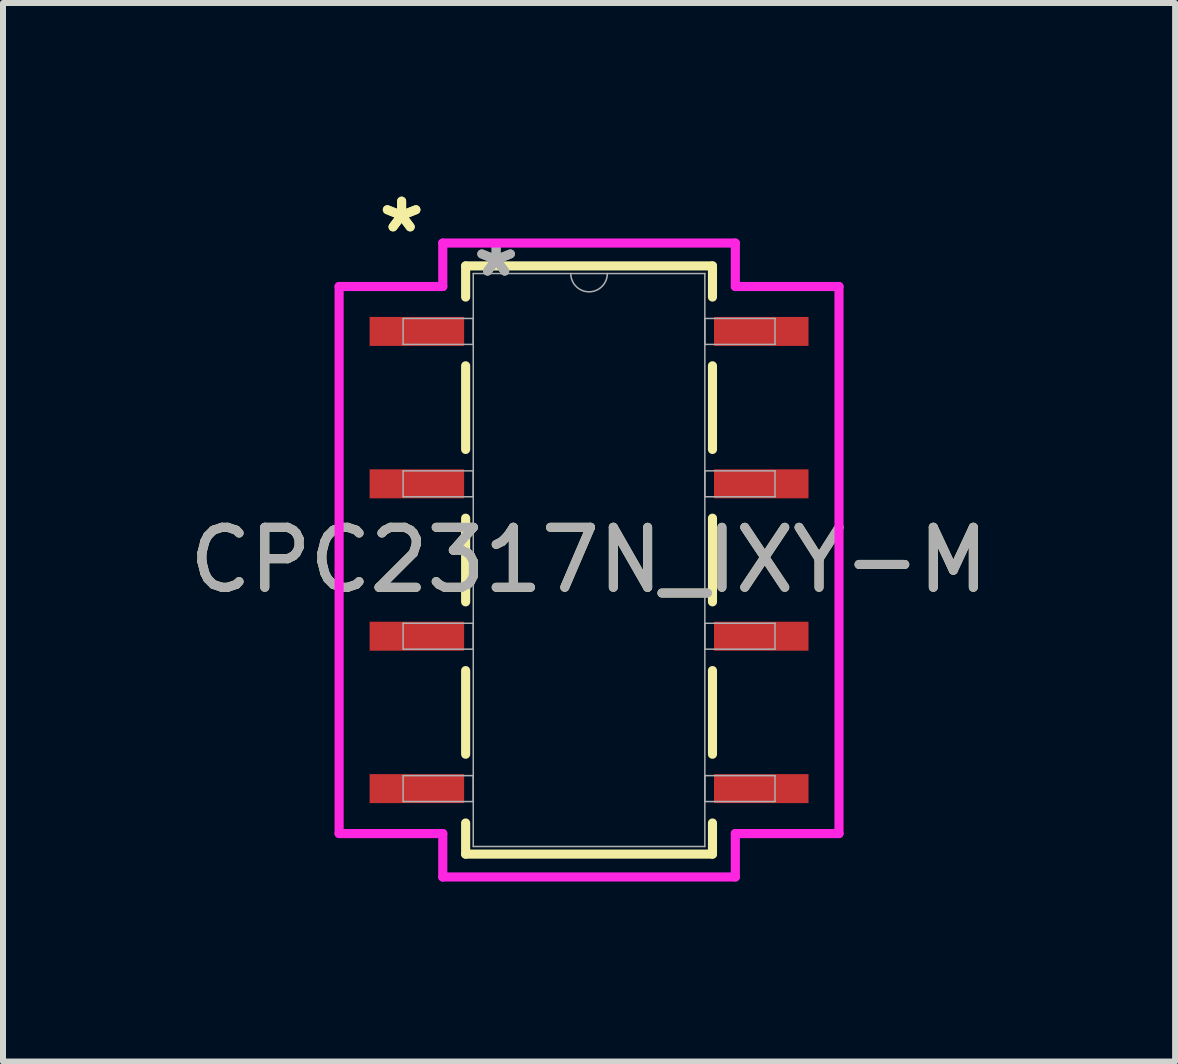
<source format=kicad_pcb>
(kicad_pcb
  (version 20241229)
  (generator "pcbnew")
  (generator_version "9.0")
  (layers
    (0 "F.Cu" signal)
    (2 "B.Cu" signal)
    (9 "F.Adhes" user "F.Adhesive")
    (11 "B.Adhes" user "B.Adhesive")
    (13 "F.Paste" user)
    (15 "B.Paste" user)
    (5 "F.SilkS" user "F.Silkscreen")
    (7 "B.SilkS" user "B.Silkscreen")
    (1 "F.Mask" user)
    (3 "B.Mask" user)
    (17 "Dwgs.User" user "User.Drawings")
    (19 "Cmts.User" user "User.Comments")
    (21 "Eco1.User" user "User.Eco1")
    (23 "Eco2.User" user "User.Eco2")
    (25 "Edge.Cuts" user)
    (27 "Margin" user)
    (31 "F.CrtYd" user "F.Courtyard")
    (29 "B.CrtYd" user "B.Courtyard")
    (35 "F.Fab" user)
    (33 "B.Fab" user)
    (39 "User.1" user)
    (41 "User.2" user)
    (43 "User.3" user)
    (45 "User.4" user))
  (footprint "CPC2317N_IXY-M"
    (layer "F.Cu")
    (at 6.768 6.284)
    (property "Reference" "CPC2317N_IXY-M" (at 0 0 0) (unlocked yes) (layer "F.SilkS") (effects (font (size 1 1) (thickness 0.15))))
    (attr smd)
    (fp_line (start -2.057 -4.902) (end -2.057 -4.383) (stroke (width 0.152) (type solid)) (layer "F.SilkS"))
    (fp_line (start -2.057 -3.237) (end -2.057 -1.843) (stroke (width 0.152) (type solid)) (layer "F.SilkS"))
    (fp_line (start -2.057 -0.697) (end -2.057 0.697) (stroke (width 0.152) (type solid)) (layer "F.SilkS"))
    (fp_line (start -2.057 1.843) (end -2.057 3.237) (stroke (width 0.152) (type solid)) (layer "F.SilkS"))
    (fp_line (start -2.057 4.383) (end -2.057 4.902) (stroke (width 0.152) (type solid)) (layer "F.SilkS"))
    (fp_line (start -2.057 4.902) (end 2.057 4.902) (stroke (width 0.152) (type solid)) (layer "F.SilkS"))
    (fp_line (start 2.057 -4.902) (end -2.057 -4.902) (stroke (width 0.152) (type solid)) (layer "F.SilkS"))
    (fp_line (start 2.057 -4.383) (end 2.057 -4.902) (stroke (width 0.152) (type solid)) (layer "F.SilkS"))
    (fp_line (start 2.057 -1.843) (end 2.057 -3.237) (stroke (width 0.152) (type solid)) (layer "F.SilkS"))
    (fp_line (start 2.057 0.697) (end 2.057 -0.697) (stroke (width 0.152) (type solid)) (layer "F.SilkS"))
    (fp_line (start 2.057 3.237) (end 2.057 1.843) (stroke (width 0.152) (type solid)) (layer "F.SilkS"))
    (fp_line (start 2.057 4.902) (end 2.057 4.383) (stroke (width 0.152) (type solid)) (layer "F.SilkS"))
    (fp_line (start -4.166 -4.559) (end -2.438 -4.559) (stroke (width 0.152) (type solid)) (layer "F.CrtYd"))
    (fp_line (start -4.166 4.559) (end -4.166 -4.559) (stroke (width 0.152) (type solid)) (layer "F.CrtYd"))
    (fp_line (start -4.166 4.559) (end -2.438 4.559) (stroke (width 0.152) (type solid)) (layer "F.CrtYd"))
    (fp_line (start -2.438 -5.283) (end 2.438 -5.283) (stroke (width 0.152) (type solid)) (layer "F.CrtYd"))
    (fp_line (start -2.438 -4.559) (end -2.438 -5.283) (stroke (width 0.152) (type solid)) (layer "F.CrtYd"))
    (fp_line (start -2.438 5.283) (end -2.438 4.559) (stroke (width 0.152) (type solid)) (layer "F.CrtYd"))
    (fp_line (start 2.438 -5.283) (end 2.438 -4.559) (stroke (width 0.152) (type solid)) (layer "F.CrtYd"))
    (fp_line (start 2.438 4.559) (end 2.438 5.283) (stroke (width 0.152) (type solid)) (layer "F.CrtYd"))
    (fp_line (start 2.438 5.283) (end -2.438 5.283) (stroke (width 0.152) (type solid)) (layer "F.CrtYd"))
    (fp_line (start 4.166 -4.559) (end 2.438 -4.559) (stroke (width 0.152) (type solid)) (layer "F.CrtYd"))
    (fp_line (start 4.166 -4.559) (end 4.166 4.559) (stroke (width 0.152) (type solid)) (layer "F.CrtYd"))
    (fp_line (start 4.166 4.559) (end 2.438 4.559) (stroke (width 0.152) (type solid)) (layer "F.CrtYd"))
    (fp_line (start -3.099 -4.026) (end -3.099 -3.594) (stroke (width 0.025) (type solid)) (layer "F.Fab"))
    (fp_line (start -3.099 -3.594) (end -1.93 -3.594) (stroke (width 0.025) (type solid)) (layer "F.Fab"))
    (fp_line (start -3.099 -1.486) (end -3.099 -1.054) (stroke (width 0.025) (type solid)) (layer "F.Fab"))
    (fp_line (start -3.099 -1.054) (end -1.93 -1.054) (stroke (width 0.025) (type solid)) (layer "F.Fab"))
    (fp_line (start -3.099 1.054) (end -3.099 1.486) (stroke (width 0.025) (type solid)) (layer "F.Fab"))
    (fp_line (start -3.099 1.486) (end -1.93 1.486) (stroke (width 0.025) (type solid)) (layer "F.Fab"))
    (fp_line (start -3.099 3.594) (end -3.099 4.026) (stroke (width 0.025) (type solid)) (layer "F.Fab"))
    (fp_line (start -3.099 4.026) (end -1.93 4.026) (stroke (width 0.025) (type solid)) (layer "F.Fab"))
    (fp_line (start -1.93 -4.775) (end -1.93 4.775) (stroke (width 0.025) (type solid)) (layer "F.Fab"))
    (fp_line (start -1.93 -4.026) (end -3.099 -4.026) (stroke (width 0.025) (type solid)) (layer "F.Fab"))
    (fp_line (start -1.93 -3.594) (end -1.93 -4.026) (stroke (width 0.025) (type solid)) (layer "F.Fab"))
    (fp_line (start -1.93 -1.486) (end -3.099 -1.486) (stroke (width 0.025) (type solid)) (layer "F.Fab"))
    (fp_line (start -1.93 -1.054) (end -1.93 -1.486) (stroke (width 0.025) (type solid)) (layer "F.Fab"))
    (fp_line (start -1.93 1.054) (end -3.099 1.054) (stroke (width 0.025) (type solid)) (layer "F.Fab"))
    (fp_line (start -1.93 1.486) (end -1.93 1.054) (stroke (width 0.025) (type solid)) (layer "F.Fab"))
    (fp_line (start -1.93 3.594) (end -3.099 3.594) (stroke (width 0.025) (type solid)) (layer "F.Fab"))
    (fp_line (start -1.93 4.026) (end -1.93 3.594) (stroke (width 0.025) (type solid)) (layer "F.Fab"))
    (fp_line (start -1.93 4.775) (end 1.93 4.775) (stroke (width 0.025) (type solid)) (layer "F.Fab"))
    (fp_line (start 1.93 -4.775) (end -1.93 -4.775) (stroke (width 0.025) (type solid)) (layer "F.Fab"))
    (fp_line (start 1.93 -4.026) (end 1.93 -3.594) (stroke (width 0.025) (type solid)) (layer "F.Fab"))
    (fp_line (start 1.93 -3.594) (end 3.099 -3.594) (stroke (width 0.025) (type solid)) (layer "F.Fab"))
    (fp_line (start 1.93 -1.486) (end 1.93 -1.054) (stroke (width 0.025) (type solid)) (layer "F.Fab"))
    (fp_line (start 1.93 -1.054) (end 3.099 -1.054) (stroke (width 0.025) (type solid)) (layer "F.Fab"))
    (fp_line (start 1.93 1.054) (end 1.93 1.486) (stroke (width 0.025) (type solid)) (layer "F.Fab"))
    (fp_line (start 1.93 1.486) (end 3.099 1.486) (stroke (width 0.025) (type solid)) (layer "F.Fab"))
    (fp_line (start 1.93 3.594) (end 1.93 4.026) (stroke (width 0.025) (type solid)) (layer "F.Fab"))
    (fp_line (start 1.93 4.026) (end 3.099 4.026) (stroke (width 0.025) (type solid)) (layer "F.Fab"))
    (fp_line (start 1.93 4.775) (end 1.93 -4.775) (stroke (width 0.025) (type solid)) (layer "F.Fab"))
    (fp_line (start 3.099 -4.026) (end 1.93 -4.026) (stroke (width 0.025) (type solid)) (layer "F.Fab"))
    (fp_line (start 3.099 -3.594) (end 3.099 -4.026) (stroke (width 0.025) (type solid)) (layer "F.Fab"))
    (fp_line (start 3.099 -1.486) (end 1.93 -1.486) (stroke (width 0.025) (type solid)) (layer "F.Fab"))
    (fp_line (start 3.099 -1.054) (end 3.099 -1.486) (stroke (width 0.025) (type solid)) (layer "F.Fab"))
    (fp_line (start 3.099 1.054) (end 1.93 1.054) (stroke (width 0.025) (type solid)) (layer "F.Fab"))
    (fp_line (start 3.099 1.486) (end 3.099 1.054) (stroke (width 0.025) (type solid)) (layer "F.Fab"))
    (fp_line (start 3.099 3.594) (end 1.93 3.594) (stroke (width 0.025) (type solid)) (layer "F.Fab"))
    (fp_line (start 3.099 4.026) (end 3.099 3.594) (stroke (width 0.025) (type solid)) (layer "F.Fab"))
    (fp_arc (start 0.3048 -4.7752) (mid 0 -4.4704) (end -0.3048 -4.7752) (stroke (width 0.0254) (type solid)) (layer "F.Fab"))
    (fp_text user "*" (at -3.124 -5.436 0) (unlocked yes) (layer "F.SilkS") (effects (font (size 1 1) (thickness 0.15))))
    (fp_text user "*" (at -3.124 -5.436 0) (layer "F.SilkS") (effects (font (size 1 1) (thickness 0.15))))
    (fp_text user "*" (at -1.549 -4.699 0) (unlocked yes) (layer "F.Fab") (effects (font (size 1 1) (thickness 0.15))))
    (fp_text user "*" (at -1.549 -4.699 0) (layer "F.Fab") (effects (font (size 1 1) (thickness 0.15))))
    (fp_text user "${REFERENCE}" (at 0 0 0) (unlocked yes) (layer "F.Fab") (effects (font (size 1 1) (thickness 0.15))))
    (pad "1" smd rect (at -2.87 -3.81) (size 1.575 0.483) (layers "F.Cu" "F.Mask" "F.Paste"))
    (pad "2" smd rect (at -2.87 -1.27) (size 1.575 0.483) (layers "F.Cu" "F.Mask" "F.Paste"))
    (pad "3" smd rect (at -2.87 1.27) (size 1.575 0.483) (layers "F.Cu" "F.Mask" "F.Paste"))
    (pad "4" smd rect (at -2.87 3.81) (size 1.575 0.483) (layers "F.Cu" "F.Mask" "F.Paste"))
    (pad "5" smd rect (at 2.87 3.81) (size 1.575 0.483) (layers "F.Cu" "F.Mask" "F.Paste"))
    (pad "6" smd rect (at 2.87 1.27) (size 1.575 0.483) (layers "F.Cu" "F.Mask" "F.Paste"))
    (pad "7" smd rect (at 2.87 -1.27) (size 1.575 0.483) (layers "F.Cu" "F.Mask" "F.Paste"))
    (pad "8" smd rect (at 2.87 -3.81) (size 1.575 0.483) (layers "F.Cu" "F.Mask" "F.Paste")))
  (gr_rect
    (start -3 -3)
    (end 16.536 14.643)
    (stroke (width 0.1) (type default))
    (fill no)
    (layer "Edge.Cuts")))
</source>
